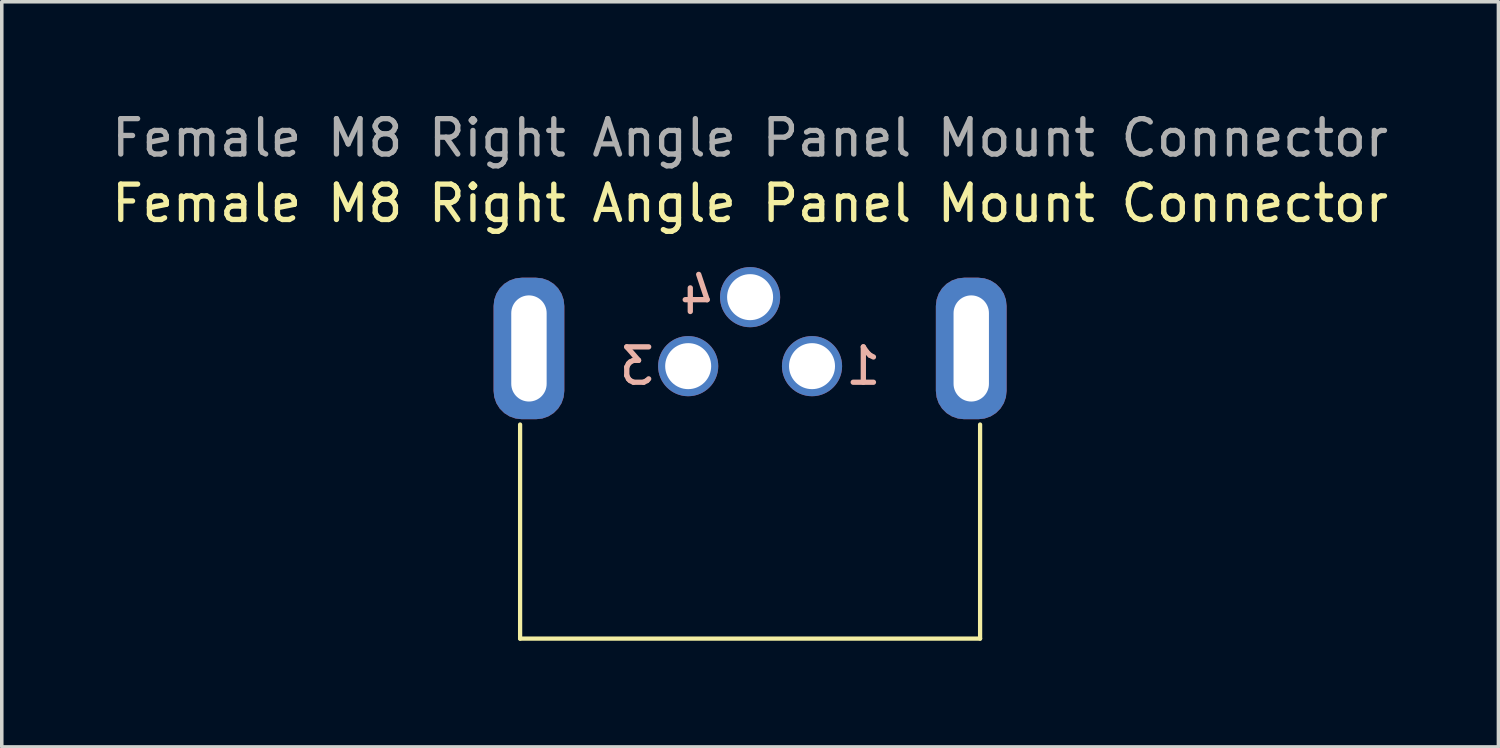
<source format=kicad_pcb>
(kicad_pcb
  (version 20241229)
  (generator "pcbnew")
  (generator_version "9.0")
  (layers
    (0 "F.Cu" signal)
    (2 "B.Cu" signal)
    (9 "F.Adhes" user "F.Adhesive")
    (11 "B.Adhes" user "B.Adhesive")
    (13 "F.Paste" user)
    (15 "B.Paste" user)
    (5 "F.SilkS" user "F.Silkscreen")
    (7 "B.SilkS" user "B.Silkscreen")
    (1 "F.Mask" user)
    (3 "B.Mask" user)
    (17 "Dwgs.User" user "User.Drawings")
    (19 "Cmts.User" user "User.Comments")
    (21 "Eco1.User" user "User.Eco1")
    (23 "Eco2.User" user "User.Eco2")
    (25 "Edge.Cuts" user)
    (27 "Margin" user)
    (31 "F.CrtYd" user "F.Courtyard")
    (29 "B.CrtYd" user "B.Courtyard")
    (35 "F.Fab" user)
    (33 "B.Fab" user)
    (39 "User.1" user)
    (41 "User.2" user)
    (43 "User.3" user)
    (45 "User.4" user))
  (footprint "Female M8 Right Angle Panel Mount Connector"
    (layer "F.Cu")
    (at 18.149 6.798)
    (property "Reference" "Female M8 Right Angle Panel Mount Connector" (at 0 -4.1 0) (unlocked yes) (layer "F.SilkS") (effects (font (size 1 1) (thickness 0.15))))
    (attr smd)
    (fp_line (start -6.5 2.15) (end -6.5 8.2) (stroke (width 0.12) (type default)) (layer "F.SilkS"))
    (fp_line (start -6.5 8.2) (end 6.5 8.2) (stroke (width 0.12) (type default)) (layer "F.SilkS"))
    (fp_line (start 6.5 8.2) (end 6.5 2.15) (stroke (width 0.12) (type default)) (layer "F.SilkS"))
    (fp_text user "1" (at 3.2 0.5 0) (unlocked yes) (layer "B.SilkS") (effects (font (size 1 1) (thickness 0.15)) (justify mirror)))
    (fp_text user "3" (at -3.2 0.5 0) (unlocked yes) (layer "B.SilkS") (effects (font (size 1 1) (thickness 0.15)) (justify mirror)))
    (fp_text user "4" (at -1.5 -1.5 0) (unlocked yes) (layer "B.SilkS") (effects (font (size 1 1) (thickness 0.15)) (justify mirror)))
    (fp_text user "${REFERENCE}" (at 0 -5.95 0) (unlocked yes) (layer "F.Fab") (effects (font (size 1 1) (thickness 0.15))))
    (pad "1" thru_hole circle (at 1.75 0.5) (size 1.7 1.7) (drill 1.3) (layers "*.Cu" "*.Mask"))
    (pad "3" thru_hole circle (at -1.75 0.5) (size 1.7 1.7) (drill 1.3) (layers "*.Cu" "*.Mask"))
    (pad "4" thru_hole circle (at 0 -1.45) (size 1.7 1.7) (drill 1.3) (layers "*.Cu" "*.Mask"))
    (pad "SH" thru_hole roundrect (at -6.25 0) (size 2 4) (drill oval 1 3) (layers "*.Cu" "*.Mask") (roundrect_rratio 0.4))
    (pad "SH" thru_hole roundrect (at 6.25 0) (size 2 4) (drill oval 1 3) (layers "*.Cu" "*.Mask") (roundrect_rratio 0.4)))
  (gr_rect
    (start -3 -3)
    (end 39.298 18.058)
    (stroke (width 0.1) (type default))
    (fill no)
    (layer "Edge.Cuts")))
</source>
